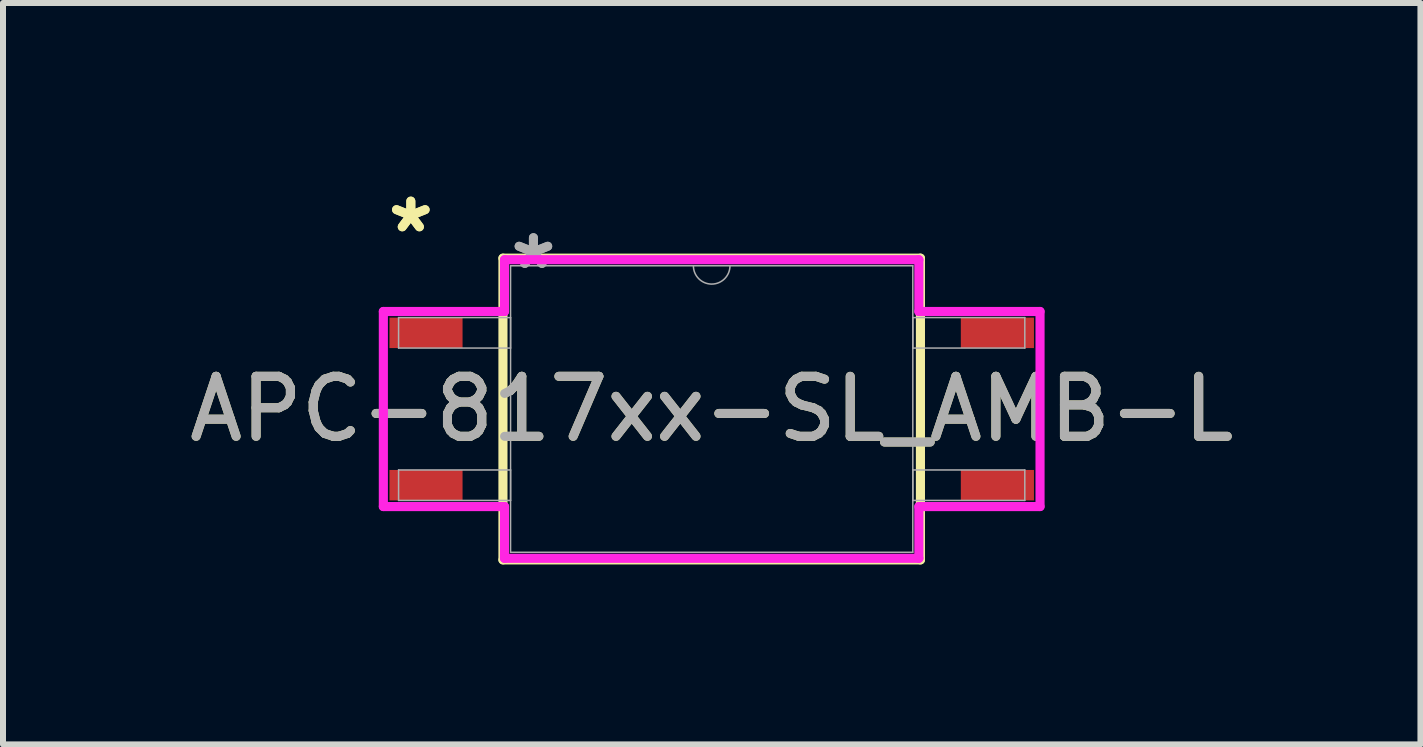
<source format=kicad_pcb>
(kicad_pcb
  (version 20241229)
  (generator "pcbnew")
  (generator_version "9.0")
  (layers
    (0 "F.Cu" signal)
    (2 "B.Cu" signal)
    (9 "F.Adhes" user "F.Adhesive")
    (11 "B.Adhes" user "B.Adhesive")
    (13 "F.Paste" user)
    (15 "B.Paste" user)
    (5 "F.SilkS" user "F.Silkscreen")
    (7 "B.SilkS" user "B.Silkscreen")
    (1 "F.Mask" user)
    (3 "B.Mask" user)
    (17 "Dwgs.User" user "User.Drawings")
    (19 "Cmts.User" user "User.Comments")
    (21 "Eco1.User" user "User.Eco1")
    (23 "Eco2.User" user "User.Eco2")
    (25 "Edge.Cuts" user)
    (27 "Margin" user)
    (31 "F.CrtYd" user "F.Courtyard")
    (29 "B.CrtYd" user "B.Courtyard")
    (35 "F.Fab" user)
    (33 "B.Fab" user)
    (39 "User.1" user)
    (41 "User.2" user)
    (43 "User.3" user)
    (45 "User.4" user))
  (footprint "APC-817xx-SL_AMB-L"
    (layer "F.Cu")
    (at 8.815 3.769)
    (property "Reference" "APC-817xx-SL_AMB-L" (at 0 0 0) (unlocked yes) (layer "F.SilkS") (effects (font (size 1 1) (thickness 0.15))))
    (attr smd)
    (fp_line (start -3.48 -2.515) (end -3.48 2.515) (stroke (width 0.152) (type solid)) (layer "F.SilkS"))
    (fp_line (start -3.48 2.515) (end 3.48 2.515) (stroke (width 0.152) (type solid)) (layer "F.SilkS"))
    (fp_line (start 3.48 -2.515) (end -3.48 -2.515) (stroke (width 0.152) (type solid)) (layer "F.SilkS"))
    (fp_line (start 3.48 2.515) (end 3.48 -2.515) (stroke (width 0.152) (type solid)) (layer "F.SilkS"))
    (fp_line (start -5.474 -1.626) (end -3.454 -1.626) (stroke (width 0.152) (type solid)) (layer "F.CrtYd"))
    (fp_line (start -5.474 1.626) (end -5.474 -1.626) (stroke (width 0.152) (type solid)) (layer "F.CrtYd"))
    (fp_line (start -5.474 1.626) (end -3.454 1.626) (stroke (width 0.152) (type solid)) (layer "F.CrtYd"))
    (fp_line (start -3.454 -2.489) (end 3.454 -2.489) (stroke (width 0.152) (type solid)) (layer "F.CrtYd"))
    (fp_line (start -3.454 -1.626) (end -3.454 -2.489) (stroke (width 0.152) (type solid)) (layer "F.CrtYd"))
    (fp_line (start -3.454 2.489) (end -3.454 1.626) (stroke (width 0.152) (type solid)) (layer "F.CrtYd"))
    (fp_line (start 3.454 -2.489) (end 3.454 -1.626) (stroke (width 0.152) (type solid)) (layer "F.CrtYd"))
    (fp_line (start 3.454 1.626) (end 3.454 2.489) (stroke (width 0.152) (type solid)) (layer "F.CrtYd"))
    (fp_line (start 3.454 2.489) (end -3.454 2.489) (stroke (width 0.152) (type solid)) (layer "F.CrtYd"))
    (fp_line (start 5.474 -1.626) (end 3.454 -1.626) (stroke (width 0.152) (type solid)) (layer "F.CrtYd"))
    (fp_line (start 5.474 -1.626) (end 5.474 1.626) (stroke (width 0.152) (type solid)) (layer "F.CrtYd"))
    (fp_line (start 5.474 1.626) (end 3.454 1.626) (stroke (width 0.152) (type solid)) (layer "F.CrtYd"))
    (fp_line (start -5.22 -1.524) (end -5.22 -1.016) (stroke (width 0.025) (type solid)) (layer "F.Fab"))
    (fp_line (start -5.22 -1.016) (end -3.353 -1.016) (stroke (width 0.025) (type solid)) (layer "F.Fab"))
    (fp_line (start -5.22 1.016) (end -5.22 1.524) (stroke (width 0.025) (type solid)) (layer "F.Fab"))
    (fp_line (start -5.22 1.524) (end -3.353 1.524) (stroke (width 0.025) (type solid)) (layer "F.Fab"))
    (fp_line (start -3.353 -2.388) (end -3.353 2.388) (stroke (width 0.025) (type solid)) (layer "F.Fab"))
    (fp_line (start -3.353 -1.524) (end -5.22 -1.524) (stroke (width 0.025) (type solid)) (layer "F.Fab"))
    (fp_line (start -3.353 -1.016) (end -3.353 -1.524) (stroke (width 0.025) (type solid)) (layer "F.Fab"))
    (fp_line (start -3.353 1.016) (end -5.22 1.016) (stroke (width 0.025) (type solid)) (layer "F.Fab"))
    (fp_line (start -3.353 1.524) (end -3.353 1.016) (stroke (width 0.025) (type solid)) (layer "F.Fab"))
    (fp_line (start -3.353 2.388) (end 3.353 2.388) (stroke (width 0.025) (type solid)) (layer "F.Fab"))
    (fp_line (start 3.353 -2.388) (end -3.353 -2.388) (stroke (width 0.025) (type solid)) (layer "F.Fab"))
    (fp_line (start 3.353 -1.524) (end 3.353 -1.016) (stroke (width 0.025) (type solid)) (layer "F.Fab"))
    (fp_line (start 3.353 -1.016) (end 5.22 -1.016) (stroke (width 0.025) (type solid)) (layer "F.Fab"))
    (fp_line (start 3.353 1.016) (end 3.353 1.524) (stroke (width 0.025) (type solid)) (layer "F.Fab"))
    (fp_line (start 3.353 1.524) (end 5.22 1.524) (stroke (width 0.025) (type solid)) (layer "F.Fab"))
    (fp_line (start 3.353 2.388) (end 3.353 -2.388) (stroke (width 0.025) (type solid)) (layer "F.Fab"))
    (fp_line (start 5.22 -1.524) (end 3.353 -1.524) (stroke (width 0.025) (type solid)) (layer "F.Fab"))
    (fp_line (start 5.22 -1.016) (end 5.22 -1.524) (stroke (width 0.025) (type solid)) (layer "F.Fab"))
    (fp_line (start 5.22 1.016) (end 3.353 1.016) (stroke (width 0.025) (type solid)) (layer "F.Fab"))
    (fp_line (start 5.22 1.524) (end 5.22 1.016) (stroke (width 0.025) (type solid)) (layer "F.Fab"))
    (fp_arc (start 0.3048 -2.3876) (mid 0 -2.0828) (end -0.3048 -2.3876) (stroke (width 0.0254) (type solid)) (layer "F.Fab"))
    (fp_text user "*" (at -5.016 -2.921 0) (unlocked yes) (layer "F.SilkS") (effects (font (size 1 1) (thickness 0.15))))
    (fp_text user "*" (at -5.016 -2.921 0) (layer "F.SilkS") (effects (font (size 1 1) (thickness 0.15))))
    (fp_text user "*" (at -2.972 -2.311 0) (unlocked yes) (layer "F.Fab") (effects (font (size 1 1) (thickness 0.15))))
    (fp_text user "*" (at -2.972 -2.311 0) (layer "F.Fab") (effects (font (size 1 1) (thickness 0.15))))
    (fp_text user "${REFERENCE}" (at 0 0 0) (unlocked yes) (layer "F.Fab") (effects (font (size 1 1) (thickness 0.15))))
    (pad "1" smd rect (at -4.763 -1.27) (size 1.219 0.508) (layers "F.Cu" "F.Mask" "F.Paste"))
    (pad "2" smd rect (at -4.763 1.27) (size 1.219 0.508) (layers "F.Cu" "F.Mask" "F.Paste"))
    (pad "3" smd rect (at 4.763 1.27) (size 1.219 0.508) (layers "F.Cu" "F.Mask" "F.Paste"))
    (pad "4" smd rect (at 4.763 -1.27) (size 1.219 0.508) (layers "F.Cu" "F.Mask" "F.Paste")))
  (gr_rect
    (start -3 -3)
    (end 20.631 9.36)
    (stroke (width 0.1) (type default))
    (fill no)
    (layer "Edge.Cuts")))
</source>
